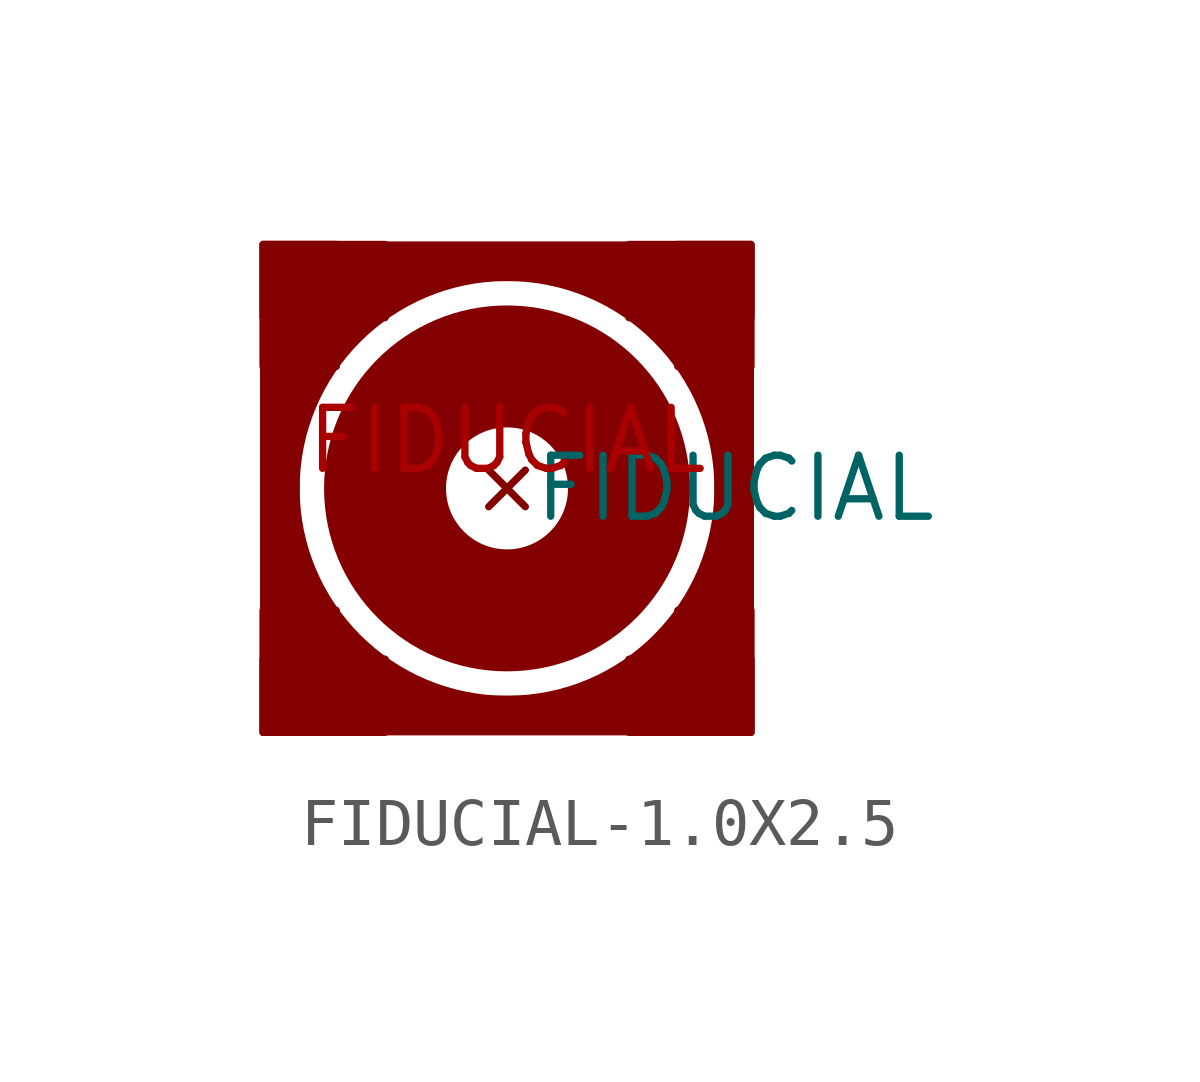
<source format=kicad_sym>
(kicad_symbol_lib
  (version 20241209)
  (generator "kicad_symbol_editor")
  (generator_version "9.0")
  (symbol "FIDUCIAL-1.0X2.5"
    (property "Reference" "FIDUCIAL"
      (at 0 0 0)
      (effects (font (size 1.27 1.27)) (hide yes)))
    (property "ki_locked" ""
      (at 0 0 0)
      (effects (font (size 1.27 1.27))))
    (symbol "FIDUCIAL-1.0X2.5_1_0"
      (polyline (pts (xy -5.08 5.08) (xy 5.08 5.08)) (stroke (width 0.127) (type solid)) (fill (type none)))
      (rectangle (start -5.08 3.556) (end -2.54 5.08) (stroke (width 0) (type default)) (fill (type outline)))
      (rectangle (start -5.08 2.54) (end -3.556 5.08) (stroke (width 0) (type default)) (fill (type outline)))
      (rectangle (start -5.08 -5.08) (end -3.556 -2.54) (stroke (width 0) (type default)) (fill (type outline)))
      (rectangle (start -5.08 -5.08) (end -2.54 -3.556) (stroke (width 0) (type default)) (fill (type outline)))
      (polyline (pts (xy -5.08 -5.08) (xy -5.08 5.08)) (stroke (width 0.127) (type solid)) (fill (type none)))
      (polyline (pts (xy -5.08 -5.08) (xy 5.08 -5.08)) (stroke (width 0.127) (type solid)) (fill (type none)))
      (polyline (pts (xy -4.699 2.54) (xy -4.699 -2.54)) (stroke (width 0.762) (type solid)) (fill (type none)))
      (polyline (pts (xy -2.54 4.699) (xy 2.54 4.699)) (stroke (width 0.762) (type solid)) (fill (type none)))
      (polyline (pts (xy -2.54 -4.699) (xy 2.54 -4.699)) (stroke (width 0.762) (type solid)) (fill (type none)))
      (circle (center 0 0) (radius 2.54) (stroke (width 2.54) (type solid)) (fill (type none)))
      (circle (center 0 0) (radius 4.699) (stroke (width 0.762) (type solid)) (fill (type none)))
      (rectangle (start 2.54 3.556) (end 5.08 5.08) (stroke (width 0) (type default)) (fill (type outline)))
      (rectangle (start 2.54 -5.08) (end 5.08 -3.556) (stroke (width 0) (type default)) (fill (type outline)))
      (rectangle (start 3.556 2.54) (end 5.08 5.08) (stroke (width 0) (type default)) (fill (type outline)))
      (rectangle (start 3.556 -5.08) (end 5.08 -2.54) (stroke (width 0) (type default)) (fill (type outline)))
      (polyline (pts (xy 4.699 -2.54) (xy 4.699 2.54)) (stroke (width 0.762) (type solid)) (fill (type none)))
      (polyline (pts (xy 5.08 5.08) (xy 5.08 -5.08)) (stroke (width 0.127) (type solid)) (fill (type none)))
      (pin no_connect line (at 0 0 0) (length 0) (name "FIDUCIAL" (effects (font (size 1.27 1.27)))) (number "FIDUCIAL" (effects (font (size 1.27 1.27))))))))
</source>
